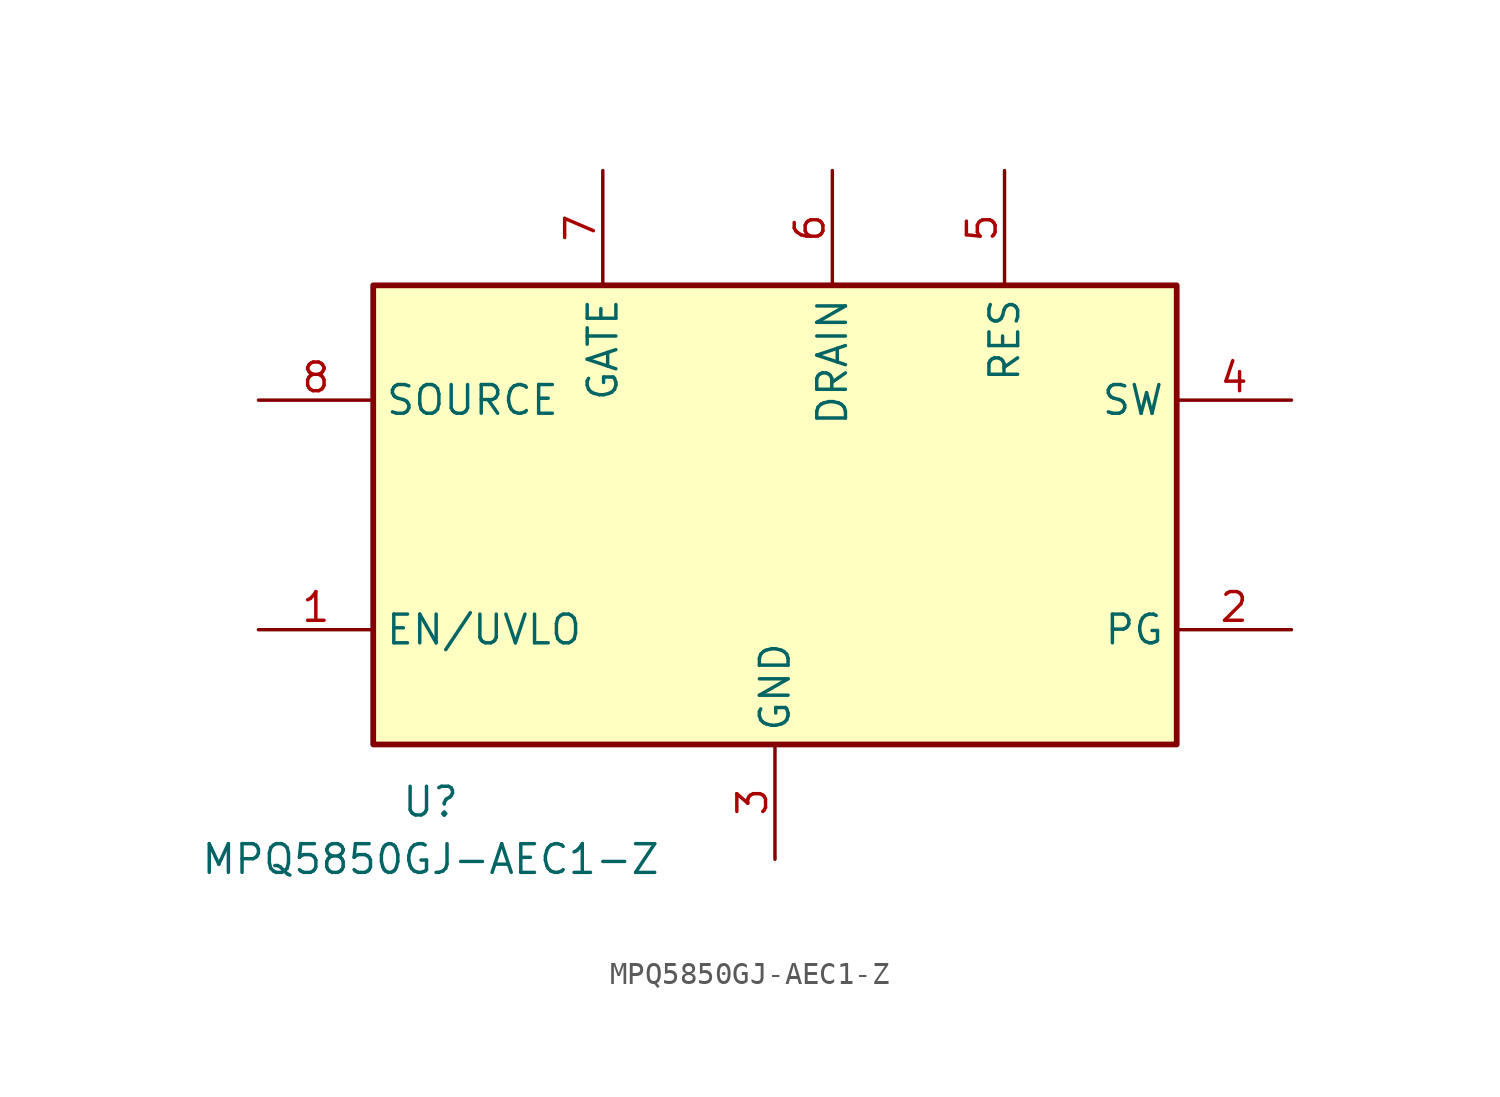
<source format=kicad_sym>
(kicad_symbol_lib
  (version 20231120)
  (generator "kicad_symbol_editor")
  (generator_version "8.0")
  (symbol "MPQ5850GJ-AEC1-Z"
    (property "Reference" "U"
      (at -15.24 -20.32 0)
      (effects (font (size 1.27 1.27))))
    (property "Value" "MPQ5850GJ-AEC1-Z"
      (at -15.24 -22.86 0)
      (effects (font (size 1.27 1.27))))
    (symbol "MPQ5850GJ-AEC1-Z_1_1"
      (rectangle (start -17.78 2.54) (end 17.78 -17.78) (stroke (width 0.254) (type default)) (fill (type background)))
      (pin passive line (at -22.86 -12.7 0) (length 5.08) (name "EN/UVLO" (effects (font (size 1.27 1.27)))) (number "1" (effects (font (size 1.27 1.27)))))
      (pin passive line (at 22.86 -12.7 180) (length 5.08) (name "PG" (effects (font (size 1.27 1.27)))) (number "2" (effects (font (size 1.27 1.27)))))
      (pin passive line (at 0 -22.86 90) (length 5.08) (name "GND" (effects (font (size 1.27 1.27)))) (number "3" (effects (font (size 1.27 1.27)))))
      (pin passive line (at 22.86 -2.54 180) (length 5.08) (name "SW" (effects (font (size 1.27 1.27)))) (number "4" (effects (font (size 1.27 1.27)))))
      (pin passive line (at 10.16 7.62 270) (length 5.08) (name "RES" (effects (font (size 1.27 1.27)))) (number "5" (effects (font (size 1.27 1.27)))))
      (pin passive line (at 2.54 7.62 270) (length 5.08) (name "DRAIN" (effects (font (size 1.27 1.27)))) (number "6" (effects (font (size 1.27 1.27)))))
      (pin passive line (at -7.62 7.62 270) (length 5.08) (name "GATE" (effects (font (size 1.27 1.27)))) (number "7" (effects (font (size 1.27 1.27)))))
      (pin passive line (at -22.86 -2.54 0) (length 5.08) (name "SOURCE" (effects (font (size 1.27 1.27)))) (number "8" (effects (font (size 1.27 1.27))))))))
</source>
